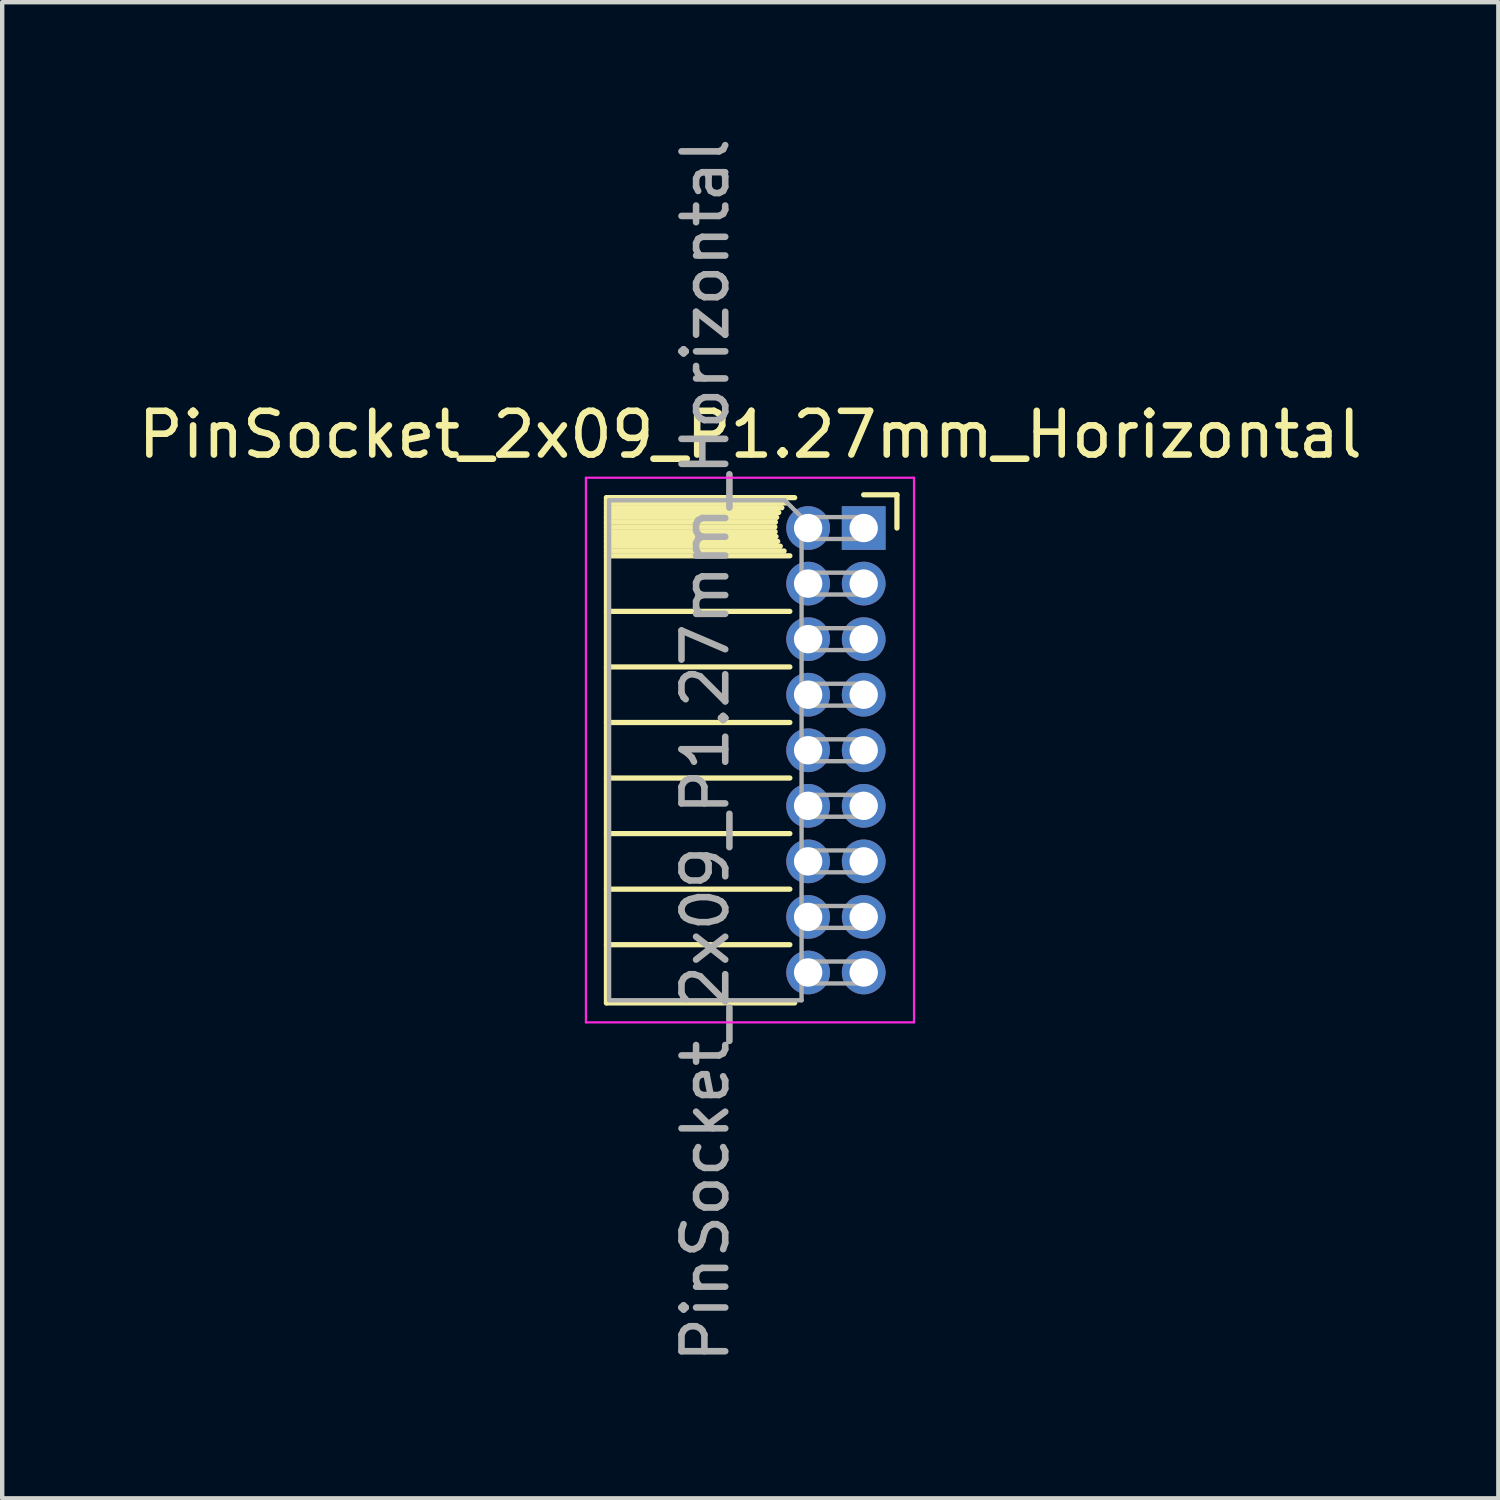
<source format=kicad_pcb>
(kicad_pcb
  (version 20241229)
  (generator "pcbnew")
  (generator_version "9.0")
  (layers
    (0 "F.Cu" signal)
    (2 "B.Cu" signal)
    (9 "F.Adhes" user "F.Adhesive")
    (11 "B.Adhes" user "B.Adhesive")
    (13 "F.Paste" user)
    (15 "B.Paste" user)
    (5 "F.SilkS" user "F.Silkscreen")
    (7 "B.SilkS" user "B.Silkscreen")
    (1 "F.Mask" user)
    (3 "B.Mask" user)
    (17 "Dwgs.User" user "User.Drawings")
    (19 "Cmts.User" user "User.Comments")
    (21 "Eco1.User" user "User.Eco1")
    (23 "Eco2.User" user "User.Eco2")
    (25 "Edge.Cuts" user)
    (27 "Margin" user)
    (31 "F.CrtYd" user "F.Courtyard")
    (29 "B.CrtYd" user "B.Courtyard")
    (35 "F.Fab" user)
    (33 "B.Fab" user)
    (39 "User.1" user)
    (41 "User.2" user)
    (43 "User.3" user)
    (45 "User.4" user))
  (footprint "PinSocket_2x09_P1.27mm_Horizontal"
    (layer "F.Cu")
    (at 16.694 9.021)
    (property "Reference" "PinSocket_2x09_P1.27mm_Horizontal" (at -2.592 -2.135 0) (layer "F.SilkS") (effects (font (size 1 1) (thickness 0.15))))
    (attr through_hole)
    (fp_line (start -5.88 -0.695) (end -5.88 10.855) (stroke (width 0.12) (type solid)) (layer "F.SilkS"))
    (fp_line (start -5.88 -0.695) (end -1.578 -0.695) (stroke (width 0.12) (type solid)) (layer "F.SilkS"))
    (fp_line (start -5.88 -0.575) (end -1.767 -0.575) (stroke (width 0.12) (type solid)) (layer "F.SilkS"))
    (fp_line (start -5.88 -0.465) (end -1.871 -0.465) (stroke (width 0.12) (type solid)) (layer "F.SilkS"))
    (fp_line (start -5.88 -0.355) (end -1.942 -0.355) (stroke (width 0.12) (type solid)) (layer "F.SilkS"))
    (fp_line (start -5.88 -0.245) (end -1.989 -0.245) (stroke (width 0.12) (type solid)) (layer "F.SilkS"))
    (fp_line (start -5.88 -0.135) (end -2.018 -0.135) (stroke (width 0.12) (type solid)) (layer "F.SilkS"))
    (fp_line (start -5.88 -0.025) (end -2.03 -0.025) (stroke (width 0.12) (type solid)) (layer "F.SilkS"))
    (fp_line (start -5.88 0.085) (end -2.025 0.085) (stroke (width 0.12) (type solid)) (layer "F.SilkS"))
    (fp_line (start -5.88 0.195) (end -2.005 0.195) (stroke (width 0.12) (type solid)) (layer "F.SilkS"))
    (fp_line (start -5.88 0.305) (end -1.966 0.305) (stroke (width 0.12) (type solid)) (layer "F.SilkS"))
    (fp_line (start -5.88 0.415) (end -1.907 0.415) (stroke (width 0.12) (type solid)) (layer "F.SilkS"))
    (fp_line (start -5.88 0.525) (end -1.82 0.525) (stroke (width 0.12) (type solid)) (layer "F.SilkS"))
    (fp_line (start -5.88 0.635) (end -1.688 0.635) (stroke (width 0.12) (type solid)) (layer "F.SilkS"))
    (fp_line (start -5.88 1.905) (end -1.688 1.905) (stroke (width 0.12) (type solid)) (layer "F.SilkS"))
    (fp_line (start -5.88 3.175) (end -1.688 3.175) (stroke (width 0.12) (type solid)) (layer "F.SilkS"))
    (fp_line (start -5.88 4.445) (end -1.688 4.445) (stroke (width 0.12) (type solid)) (layer "F.SilkS"))
    (fp_line (start -5.88 5.715) (end -1.688 5.715) (stroke (width 0.12) (type solid)) (layer "F.SilkS"))
    (fp_line (start -5.88 6.985) (end -1.688 6.985) (stroke (width 0.12) (type solid)) (layer "F.SilkS"))
    (fp_line (start -5.88 8.255) (end -1.688 8.255) (stroke (width 0.12) (type solid)) (layer "F.SilkS"))
    (fp_line (start -5.88 9.525) (end -1.688 9.525) (stroke (width 0.12) (type solid)) (layer "F.SilkS"))
    (fp_line (start -5.88 10.855) (end -1.578 10.855) (stroke (width 0.12) (type solid)) (layer "F.SilkS"))
    (fp_line (start 0 -0.76) (end 0.76 -0.76) (stroke (width 0.12) (type solid)) (layer "F.SilkS"))
    (fp_line (start 0.76 -0.76) (end 0.76 0) (stroke (width 0.12) (type solid)) (layer "F.SilkS"))
    (fp_line (start -6.35 -1.15) (end -6.35 11.3) (stroke (width 0.05) (type solid)) (layer "F.CrtYd"))
    (fp_line (start -6.35 11.3) (end 1.15 11.3) (stroke (width 0.05) (type solid)) (layer "F.CrtYd"))
    (fp_line (start 1.15 -1.15) (end -6.35 -1.15) (stroke (width 0.05) (type solid)) (layer "F.CrtYd"))
    (fp_line (start 1.15 11.3) (end 1.15 -1.15) (stroke (width 0.05) (type solid)) (layer "F.CrtYd"))
    (fp_line (start -5.82 -0.635) (end -1.805 -0.635) (stroke (width 0.1) (type solid)) (layer "F.Fab"))
    (fp_line (start -5.82 10.795) (end -5.82 -0.635) (stroke (width 0.1) (type solid)) (layer "F.Fab"))
    (fp_line (start -1.805 -0.635) (end -1.42 -0.25) (stroke (width 0.1) (type solid)) (layer "F.Fab"))
    (fp_line (start -1.42 -0.25) (end -1.42 10.795) (stroke (width 0.1) (type solid)) (layer "F.Fab"))
    (fp_line (start -1.42 0.25) (end 0 0.25) (stroke (width 0.1) (type solid)) (layer "F.Fab"))
    (fp_line (start -1.42 1.52) (end 0 1.52) (stroke (width 0.1) (type solid)) (layer "F.Fab"))
    (fp_line (start -1.42 2.79) (end 0 2.79) (stroke (width 0.1) (type solid)) (layer "F.Fab"))
    (fp_line (start -1.42 4.06) (end 0 4.06) (stroke (width 0.1) (type solid)) (layer "F.Fab"))
    (fp_line (start -1.42 5.33) (end 0 5.33) (stroke (width 0.1) (type solid)) (layer "F.Fab"))
    (fp_line (start -1.42 6.6) (end 0 6.6) (stroke (width 0.1) (type solid)) (layer "F.Fab"))
    (fp_line (start -1.42 7.87) (end 0 7.87) (stroke (width 0.1) (type solid)) (layer "F.Fab"))
    (fp_line (start -1.42 9.14) (end 0 9.14) (stroke (width 0.1) (type solid)) (layer "F.Fab"))
    (fp_line (start -1.42 10.41) (end 0 10.41) (stroke (width 0.1) (type solid)) (layer "F.Fab"))
    (fp_line (start -1.42 10.795) (end -5.82 10.795) (stroke (width 0.1) (type solid)) (layer "F.Fab"))
    (fp_line (start 0 -0.25) (end -1.42 -0.25) (stroke (width 0.1) (type solid)) (layer "F.Fab"))
    (fp_line (start 0 0.25) (end 0 -0.25) (stroke (width 0.1) (type solid)) (layer "F.Fab"))
    (fp_line (start 0 1.02) (end -1.42 1.02) (stroke (width 0.1) (type solid)) (layer "F.Fab"))
    (fp_line (start 0 1.52) (end 0 1.02) (stroke (width 0.1) (type solid)) (layer "F.Fab"))
    (fp_line (start 0 2.29) (end -1.42 2.29) (stroke (width 0.1) (type solid)) (layer "F.Fab"))
    (fp_line (start 0 2.79) (end 0 2.29) (stroke (width 0.1) (type solid)) (layer "F.Fab"))
    (fp_line (start 0 3.56) (end -1.42 3.56) (stroke (width 0.1) (type solid)) (layer "F.Fab"))
    (fp_line (start 0 4.06) (end 0 3.56) (stroke (width 0.1) (type solid)) (layer "F.Fab"))
    (fp_line (start 0 4.83) (end -1.42 4.83) (stroke (width 0.1) (type solid)) (layer "F.Fab"))
    (fp_line (start 0 5.33) (end 0 4.83) (stroke (width 0.1) (type solid)) (layer "F.Fab"))
    (fp_line (start 0 6.1) (end -1.42 6.1) (stroke (width 0.1) (type solid)) (layer "F.Fab"))
    (fp_line (start 0 6.6) (end 0 6.1) (stroke (width 0.1) (type solid)) (layer "F.Fab"))
    (fp_line (start 0 7.37) (end -1.42 7.37) (stroke (width 0.1) (type solid)) (layer "F.Fab"))
    (fp_line (start 0 7.87) (end 0 7.37) (stroke (width 0.1) (type solid)) (layer "F.Fab"))
    (fp_line (start 0 8.64) (end -1.42 8.64) (stroke (width 0.1) (type solid)) (layer "F.Fab"))
    (fp_line (start 0 9.14) (end 0 8.64) (stroke (width 0.1) (type solid)) (layer "F.Fab"))
    (fp_line (start 0 9.91) (end -1.42 9.91) (stroke (width 0.1) (type solid)) (layer "F.Fab"))
    (fp_line (start 0 10.41) (end 0 9.91) (stroke (width 0.1) (type solid)) (layer "F.Fab"))
    (fp_text user "${REFERENCE}" (at -3.62 5.08 90) (layer "F.Fab") (effects (font (size 1 1) (thickness 0.15))))
    (pad "1" thru_hole rect (at 0 0) (size 1 1) (drill 0.65) (layers "*.Cu" "*.Mask"))
    (pad "2" thru_hole circle (at -1.27 0) (size 1 1) (drill 0.65) (layers "*.Cu" "*.Mask"))
    (pad "3" thru_hole circle (at 0 1.27) (size 1 1) (drill 0.65) (layers "*.Cu" "*.Mask"))
    (pad "4" thru_hole circle (at -1.27 1.27) (size 1 1) (drill 0.65) (layers "*.Cu" "*.Mask"))
    (pad "5" thru_hole circle (at 0 2.54) (size 1 1) (drill 0.65) (layers "*.Cu" "*.Mask"))
    (pad "6" thru_hole circle (at -1.27 2.54) (size 1 1) (drill 0.65) (layers "*.Cu" "*.Mask"))
    (pad "7" thru_hole circle (at 0 3.81) (size 1 1) (drill 0.65) (layers "*.Cu" "*.Mask"))
    (pad "8" thru_hole circle (at -1.27 3.81) (size 1 1) (drill 0.65) (layers "*.Cu" "*.Mask"))
    (pad "9" thru_hole circle (at 0 5.08) (size 1 1) (drill 0.65) (layers "*.Cu" "*.Mask"))
    (pad "10" thru_hole circle (at -1.27 5.08) (size 1 1) (drill 0.65) (layers "*.Cu" "*.Mask"))
    (pad "11" thru_hole circle (at 0 6.35) (size 1 1) (drill 0.65) (layers "*.Cu" "*.Mask"))
    (pad "12" thru_hole circle (at -1.27 6.35) (size 1 1) (drill 0.65) (layers "*.Cu" "*.Mask"))
    (pad "13" thru_hole circle (at 0 7.62) (size 1 1) (drill 0.65) (layers "*.Cu" "*.Mask"))
    (pad "14" thru_hole circle (at -1.27 7.62) (size 1 1) (drill 0.65) (layers "*.Cu" "*.Mask"))
    (pad "15" thru_hole circle (at 0 8.89) (size 1 1) (drill 0.65) (layers "*.Cu" "*.Mask"))
    (pad "16" thru_hole circle (at -1.27 8.89) (size 1 1) (drill 0.65) (layers "*.Cu" "*.Mask"))
    (pad "17" thru_hole circle (at 0 10.16) (size 1 1) (drill 0.65) (layers "*.Cu" "*.Mask"))
    (pad "18" thru_hole circle (at -1.27 10.16) (size 1 1) (drill 0.65) (layers "*.Cu" "*.Mask")))
  (gr_rect
    (start -3 -3)
    (end 31.202 31.202)
    (stroke (width 0.1) (type default))
    (fill no)
    (layer "Edge.Cuts")))
</source>
